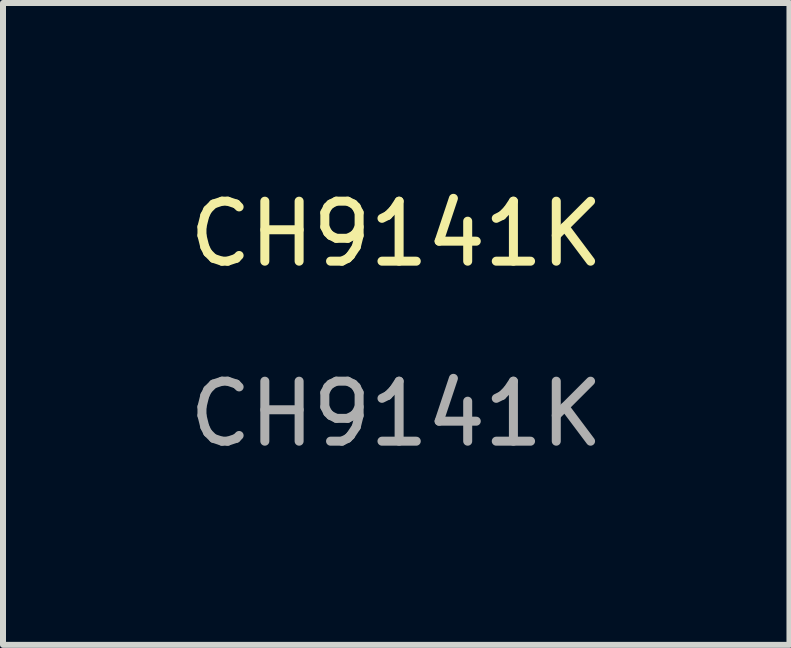
<source format=kicad_pcb>
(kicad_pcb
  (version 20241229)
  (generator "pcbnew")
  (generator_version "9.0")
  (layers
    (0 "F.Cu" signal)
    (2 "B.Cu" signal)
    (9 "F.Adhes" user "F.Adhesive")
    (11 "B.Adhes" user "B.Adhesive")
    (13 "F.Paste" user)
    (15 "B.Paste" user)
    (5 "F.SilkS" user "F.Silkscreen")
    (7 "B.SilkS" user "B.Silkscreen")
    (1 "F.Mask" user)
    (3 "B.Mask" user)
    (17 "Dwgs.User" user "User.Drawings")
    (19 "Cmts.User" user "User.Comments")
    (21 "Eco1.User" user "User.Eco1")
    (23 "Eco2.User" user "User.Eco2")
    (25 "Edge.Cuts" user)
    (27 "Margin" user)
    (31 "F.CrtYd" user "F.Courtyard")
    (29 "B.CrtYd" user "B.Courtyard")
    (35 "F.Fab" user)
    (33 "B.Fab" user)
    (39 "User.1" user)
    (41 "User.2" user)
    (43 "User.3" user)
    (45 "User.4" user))
  (footprint "CH9141K"
    (layer "F.Cu")
    (at 3.554 1.348)
    (property "Reference" "CH9141K" (at 0 -0.5 0) (unlocked yes) (layer "F.SilkS") (effects (font (size 1 1) (thickness 0.15))))
    (attr smd)
    (fp_text user "${REFERENCE}" (at 0 2.5 0) (unlocked yes) (layer "F.Fab") (effects (font (size 1 1) (thickness 0.15)))))
  (gr_rect
    (start -3 -3)
    (end 10.107 7.697)
    (stroke (width 0.1) (type default))
    (fill no)
    (layer "Edge.Cuts")))
</source>
